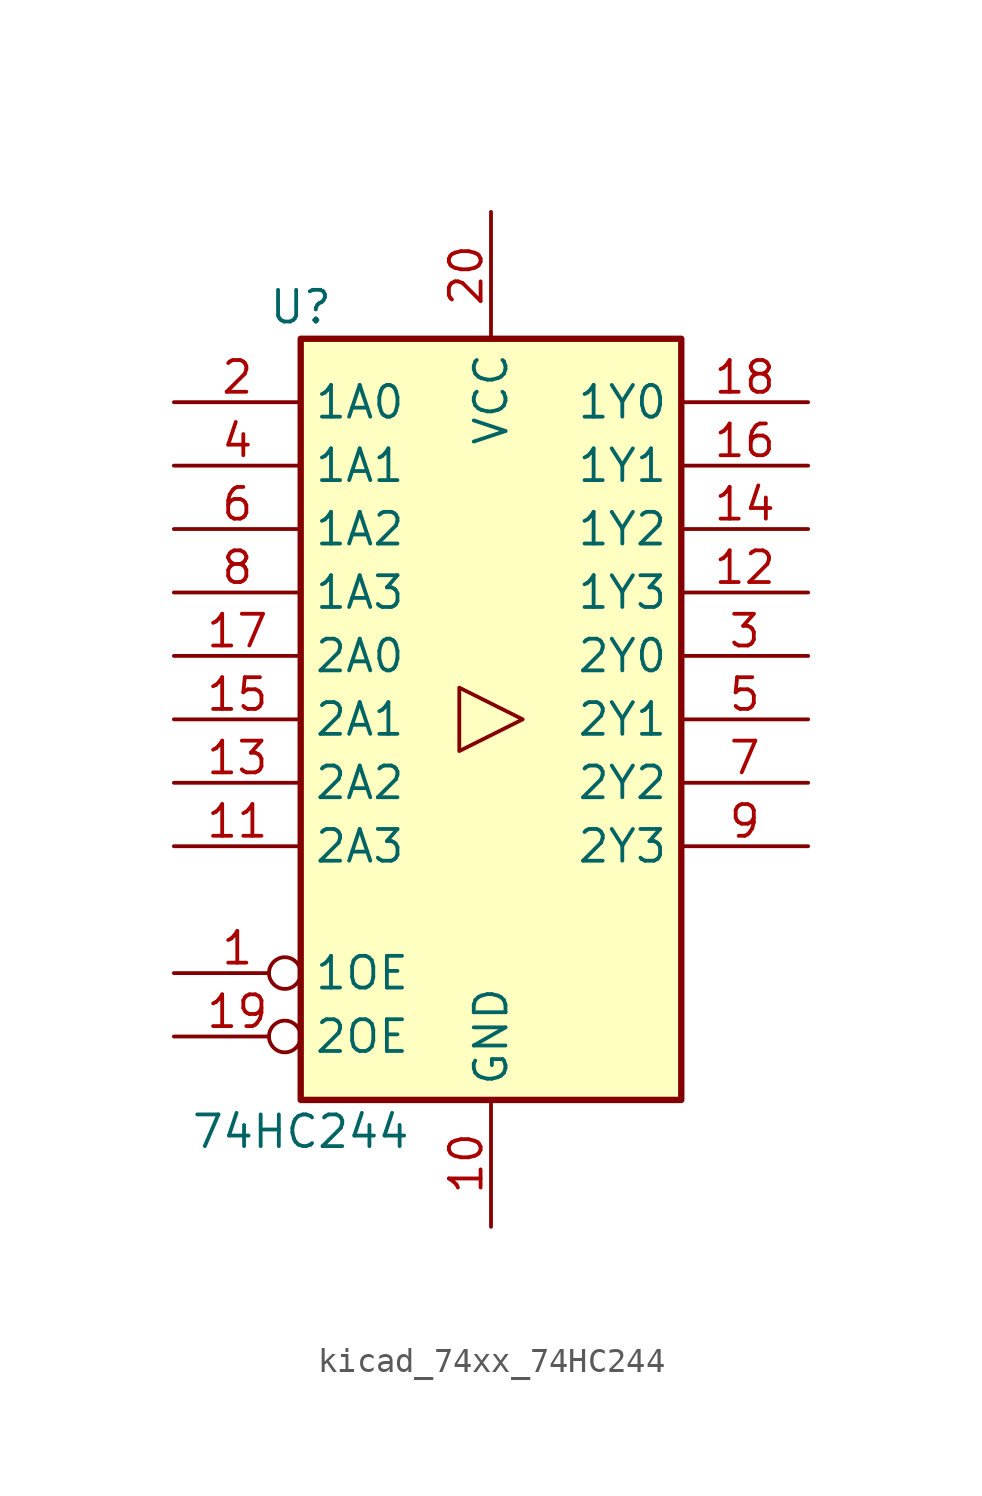
<source format=kicad_sym>
(kicad_symbol_lib
  (version 20220914)
  (generator kicad_symbol_editor)
  (symbol "kicad_74xx_74HC244"
    (property "Reference" "U"
      (at -7.62 16.51 0)
      (effects (font (size 1.27 1.27))))
    (property "Value" "74HC244"
      (at -7.62 -16.51 0)
      (effects (font (size 1.27 1.27))))
    (symbol "kicad_74xx_74HC244_1_0"
      (polyline (pts (xy 1.27 0) (xy -1.27 1.27) (xy -1.27 -1.27) (xy 1.27 0)) (stroke (width 0.152) (type default)) (fill (type none)))
      (pin input inverted (at -12.7 -10.16 0) (length 5.08) (name "1OE" (effects (font (size 1.27 1.27)))) (number "1" (effects (font (size 1.27 1.27)))))
      (pin power_in line (at 0 -20.32 90) (length 5.08) (name "GND" (effects (font (size 1.27 1.27)))) (number "10" (effects (font (size 1.27 1.27)))))
      (pin input line (at -12.7 -5.08 0) (length 5.08) (name "2A3" (effects (font (size 1.27 1.27)))) (number "11" (effects (font (size 1.27 1.27)))))
      (pin tri_state line (at 12.7 5.08 180) (length 5.08) (name "1Y3" (effects (font (size 1.27 1.27)))) (number "12" (effects (font (size 1.27 1.27)))))
      (pin input line (at -12.7 -2.54 0) (length 5.08) (name "2A2" (effects (font (size 1.27 1.27)))) (number "13" (effects (font (size 1.27 1.27)))))
      (pin tri_state line (at 12.7 7.62 180) (length 5.08) (name "1Y2" (effects (font (size 1.27 1.27)))) (number "14" (effects (font (size 1.27 1.27)))))
      (pin input line (at -12.7 0 0) (length 5.08) (name "2A1" (effects (font (size 1.27 1.27)))) (number "15" (effects (font (size 1.27 1.27)))))
      (pin tri_state line (at 12.7 10.16 180) (length 5.08) (name "1Y1" (effects (font (size 1.27 1.27)))) (number "16" (effects (font (size 1.27 1.27)))))
      (pin input line (at -12.7 2.54 0) (length 5.08) (name "2A0" (effects (font (size 1.27 1.27)))) (number "17" (effects (font (size 1.27 1.27)))))
      (pin tri_state line (at 12.7 12.7 180) (length 5.08) (name "1Y0" (effects (font (size 1.27 1.27)))) (number "18" (effects (font (size 1.27 1.27)))))
      (pin input inverted (at -12.7 -12.7 0) (length 5.08) (name "2OE" (effects (font (size 1.27 1.27)))) (number "19" (effects (font (size 1.27 1.27)))))
      (pin input line (at -12.7 12.7 0) (length 5.08) (name "1A0" (effects (font (size 1.27 1.27)))) (number "2" (effects (font (size 1.27 1.27)))))
      (pin power_in line (at 0 20.32 270) (length 5.08) (name "VCC" (effects (font (size 1.27 1.27)))) (number "20" (effects (font (size 1.27 1.27)))))
      (pin tri_state line (at 12.7 2.54 180) (length 5.08) (name "2Y0" (effects (font (size 1.27 1.27)))) (number "3" (effects (font (size 1.27 1.27)))))
      (pin input line (at -12.7 10.16 0) (length 5.08) (name "1A1" (effects (font (size 1.27 1.27)))) (number "4" (effects (font (size 1.27 1.27)))))
      (pin tri_state line (at 12.7 0 180) (length 5.08) (name "2Y1" (effects (font (size 1.27 1.27)))) (number "5" (effects (font (size 1.27 1.27)))))
      (pin input line (at -12.7 7.62 0) (length 5.08) (name "1A2" (effects (font (size 1.27 1.27)))) (number "6" (effects (font (size 1.27 1.27)))))
      (pin tri_state line (at 12.7 -2.54 180) (length 5.08) (name "2Y2" (effects (font (size 1.27 1.27)))) (number "7" (effects (font (size 1.27 1.27)))))
      (pin input line (at -12.7 5.08 0) (length 5.08) (name "1A3" (effects (font (size 1.27 1.27)))) (number "8" (effects (font (size 1.27 1.27)))))
      (pin tri_state line (at 12.7 -5.08 180) (length 5.08) (name "2Y3" (effects (font (size 1.27 1.27)))) (number "9" (effects (font (size 1.27 1.27))))))
    (symbol "kicad_74xx_74HC244_1_1"
      (rectangle (start -7.62 15.24) (end 7.62 -15.24) (stroke (width 0.254) (type default)) (fill (type background))))))
</source>
